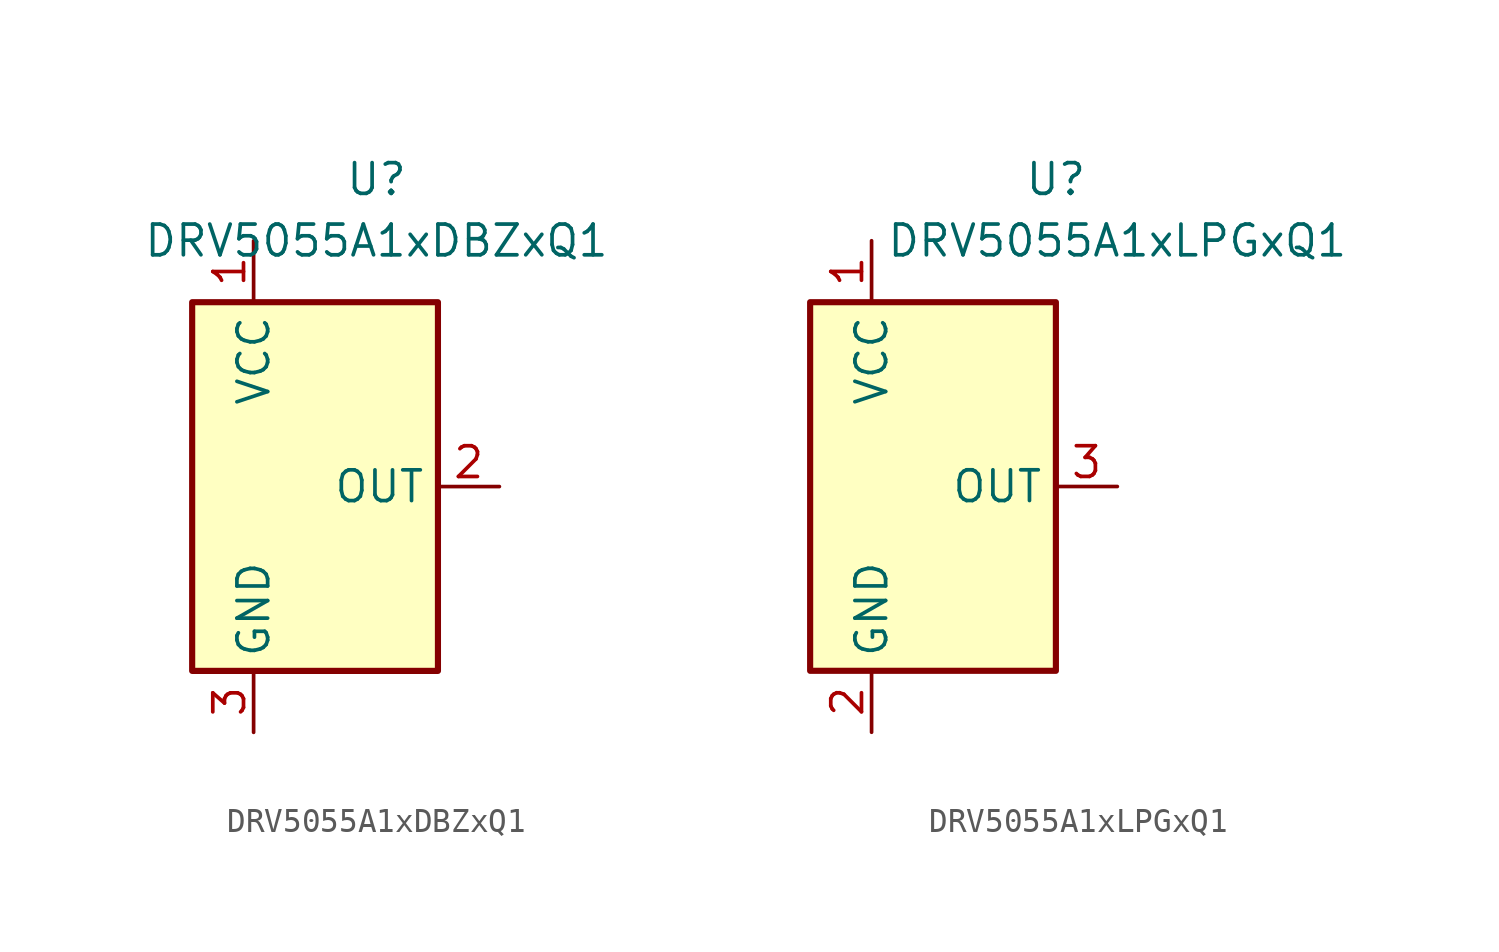
<source format=kicad_sym>
(kicad_symbol_lib
  (version 20201005)
  (generator kicad_symbol_editor)
  (symbol "DRV5055A1xDBZxQ1"
    (property "Reference" "U"
      (at 2.54 12.7 0)
      (effects (font (size 1.27 1.27))))
    (property "Value" "DRV5055A1xDBZxQ1"
      (at 2.54 10.16 0)
      (effects (font (size 1.27 1.27))))
    (symbol "DRV5055A1xDBZxQ1_1_1"
      (rectangle (start -5.08 7.62) (end 5.08 -7.62) (stroke (width 0.254)) (fill (type background)))
      (pin power_in line (at -2.54 10.16 270) (length 2.54) (name "VCC" (effects (font (size 1.27 1.27)))) (number "1" (effects (font (size 1.27 1.27)))))
      (pin output line (at 7.62 0 180) (length 2.54) (name "OUT" (effects (font (size 1.27 1.27)))) (number "2" (effects (font (size 1.27 1.27)))))
      (pin power_in line (at -2.54 -10.16 90) (length 2.54) (name "GND" (effects (font (size 1.27 1.27)))) (number "3" (effects (font (size 1.27 1.27)))))))
  (symbol "DRV5055A1xLPGxQ1"
    (property "Reference" "U"
      (at 5.08 12.7 0)
      (effects (font (size 1.27 1.27))))
    (property "Value" "DRV5055A1xLPGxQ1"
      (at 7.62 10.16 0)
      (effects (font (size 1.27 1.27))))
    (symbol "DRV5055A1xLPGxQ1_1_1"
      (rectangle (start -5.08 7.62) (end 5.08 -7.62) (stroke (width 0.254)) (fill (type background)))
      (pin power_in line (at -2.54 10.16 270) (length 2.54) (name "VCC" (effects (font (size 1.27 1.27)))) (number "1" (effects (font (size 1.27 1.27)))))
      (pin power_in line (at -2.54 -10.16 90) (length 2.54) (name "GND" (effects (font (size 1.27 1.27)))) (number "2" (effects (font (size 1.27 1.27)))))
      (pin output line (at 7.62 0 180) (length 2.54) (name "OUT" (effects (font (size 1.27 1.27)))) (number "3" (effects (font (size 1.27 1.27))))))))
</source>
